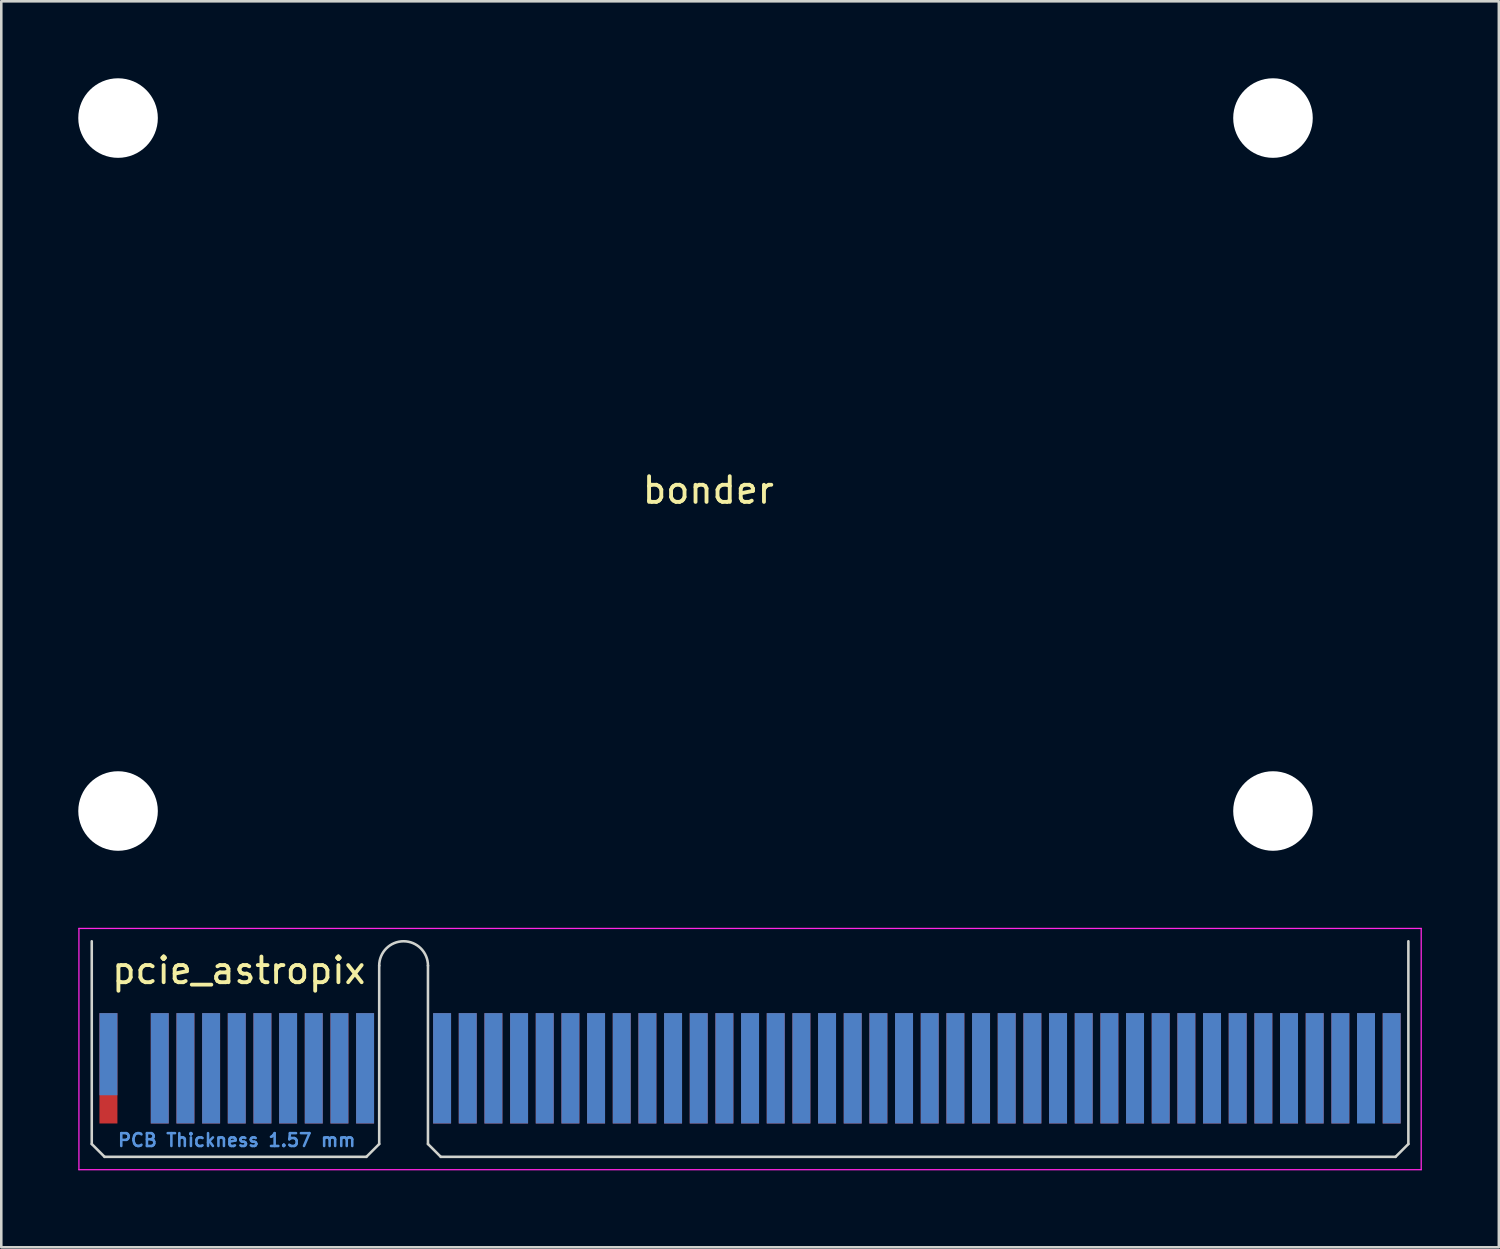
<source format=kicad_pcb>
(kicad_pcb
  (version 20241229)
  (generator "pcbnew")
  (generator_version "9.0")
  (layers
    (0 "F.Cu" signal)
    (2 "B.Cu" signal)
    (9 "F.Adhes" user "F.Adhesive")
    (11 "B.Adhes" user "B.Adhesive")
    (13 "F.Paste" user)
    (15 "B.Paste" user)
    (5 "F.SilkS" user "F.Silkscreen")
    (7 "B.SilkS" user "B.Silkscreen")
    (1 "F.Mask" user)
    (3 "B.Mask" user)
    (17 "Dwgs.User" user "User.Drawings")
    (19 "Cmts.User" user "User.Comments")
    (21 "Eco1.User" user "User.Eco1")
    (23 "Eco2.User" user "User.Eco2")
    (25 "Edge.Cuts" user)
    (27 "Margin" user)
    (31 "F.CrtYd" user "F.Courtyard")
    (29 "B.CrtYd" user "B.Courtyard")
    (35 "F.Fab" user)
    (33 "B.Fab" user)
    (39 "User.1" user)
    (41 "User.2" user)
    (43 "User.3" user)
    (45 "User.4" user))
  (footprint "bonder"
    (layer "F.Cu")
    (at 24.55 15.55)
    (property "Reference" "bonder" (at 0 0.5 0) (layer "F.SilkS") (effects (font (size 1 1) (thickness 0.15))))
    (attr through_hole)
    (pad "" np_thru_hole circle (at -23 -14) (size 3.1 3.1) (drill 3.1) (layers "*.Cu" "*.Mask"))
    (pad "" np_thru_hole circle (at -23 13) (size 3.1 3.1) (drill 3.1) (layers "*.Cu" "*.Mask"))
    (pad "" np_thru_hole circle (at 22 -14) (size 3.1 3.1) (drill 3.1) (layers "*.Cu" "*.Mask"))
    (pad "" np_thru_hole circle (at 22 13) (size 3.1 3.1) (drill 3.1) (layers "*.Cu" "*.Mask")))
  (footprint "pcie_astropix"
    (layer "F.Cu")
    (at 24.035 33.495)
    (property "Reference" "pcie_astropix" (at -17.78 1.27 0) (layer "F.SilkS") (effects (font (size 1 1) (thickness 0.15))))
    (attr through_hole)
    (fp_line (start -23.51 0.13) (end -23.51 8.03) (stroke (width 0.1) (type solid)) (layer "Edge.Cuts"))
    (fp_line (start -23.51 8.03) (end -23.01 8.53) (stroke (width 0.1) (type solid)) (layer "Edge.Cuts"))
    (fp_line (start -23.01 8.53) (end -12.81 8.53) (stroke (width 0.1) (type solid)) (layer "Edge.Cuts"))
    (fp_line (start -12.31 1.08) (end -12.31 8.03) (stroke (width 0.1) (type solid)) (layer "Edge.Cuts"))
    (fp_line (start -12.31 8.03) (end -12.81 8.53) (stroke (width 0.1) (type solid)) (layer "Edge.Cuts"))
    (fp_line (start -10.41 1.08) (end -10.41 8.03) (stroke (width 0.1) (type solid)) (layer "Edge.Cuts"))
    (fp_line (start -10.41 8.03) (end -9.91 8.53) (stroke (width 0.1) (type solid)) (layer "Edge.Cuts"))
    (fp_line (start -9.91 8.53) (end 27.29 8.53) (stroke (width 0.1) (type solid)) (layer "Edge.Cuts"))
    (fp_line (start 27.79 0.13) (end 27.79 8.03) (stroke (width 0.1) (type solid)) (layer "Edge.Cuts"))
    (fp_line (start 27.79 8.03) (end 27.29 8.53) (stroke (width 0.1) (type solid)) (layer "Edge.Cuts"))
    (fp_arc (start -12.31 1.08) (mid -11.36 0.13) (end -10.41 1.08) (stroke (width 0.1) (type solid)) (layer "Edge.Cuts"))
    (fp_line (start -24.01 -0.37) (end -24.01 9.03) (stroke (width 0.05) (type solid)) (layer "F.CrtYd"))
    (fp_line (start -24.01 -0.37) (end 28.29 -0.37) (stroke (width 0.05) (type solid)) (layer "F.CrtYd"))
    (fp_line (start 28.29 9.03) (end -24.01 9.03) (stroke (width 0.05) (type solid)) (layer "F.CrtYd"))
    (fp_line (start 28.29 9.03) (end 28.29 -0.37) (stroke (width 0.05) (type solid)) (layer "F.CrtYd"))
    (fp_text user "PCB Thickness 1.57 mm" (at -17.86 7.88 180) (layer "Cmts.User") (effects (font (size 0.5 0.5) (thickness 0.1))))
    (pad "A1" connect rect (at -22.86 4.53) (size 0.7 3.2) (layers "B.Cu" "B.Mask"))
    (pad "A3" connect rect (at -20.86 5.08) (size 0.7 4.3) (layers "B.Cu" "B.Mask"))
    (pad "A4" connect rect (at -19.86 5.08) (size 0.7 4.3) (layers "B.Cu" "B.Mask"))
    (pad "A5" connect rect (at -18.86 5.08) (size 0.7 4.3) (layers "B.Cu" "B.Mask"))
    (pad "A6" connect rect (at -17.86 5.08) (size 0.7 4.3) (layers "B.Cu" "B.Mask"))
    (pad "A7" connect rect (at -16.86 5.08) (size 0.7 4.3) (layers "B.Cu" "B.Mask"))
    (pad "A8" connect rect (at -15.86 5.08) (size 0.7 4.3) (layers "B.Cu" "B.Mask"))
    (pad "A9" connect rect (at -14.86 5.08) (size 0.7 4.3) (layers "B.Cu" "B.Mask"))
    (pad "A10" connect rect (at -13.86 5.08) (size 0.7 4.3) (layers "B.Cu" "B.Mask"))
    (pad "A11" connect rect (at -12.86 5.08) (size 0.7 4.3) (layers "B.Cu" "B.Mask"))
    (pad "A12" connect rect (at -9.86 5.08) (size 0.7 4.3) (layers "B.Cu" "B.Mask"))
    (pad "A13" connect rect (at -8.86 5.08) (size 0.7 4.3) (layers "B.Cu" "B.Mask"))
    (pad "A14" connect rect (at -7.86 5.08) (size 0.7 4.3) (layers "B.Cu" "B.Mask"))
    (pad "A15" connect rect (at -6.86 5.08) (size 0.7 4.3) (layers "B.Cu" "B.Mask"))
    (pad "A16" connect rect (at -5.86 5.08) (size 0.7 4.3) (layers "B.Cu" "B.Mask"))
    (pad "A17" connect rect (at -4.86 5.08) (size 0.7 4.3) (layers "B.Cu" "B.Mask"))
    (pad "A18" connect rect (at -3.86 5.08) (size 0.7 4.3) (layers "B.Cu" "B.Mask"))
    (pad "A19" connect rect (at -2.86 5.08) (size 0.7 4.3) (layers "B.Cu" "B.Mask"))
    (pad "A20" connect rect (at -1.86 5.08) (size 0.7 4.3) (layers "B.Cu" "B.Mask"))
    (pad "A21" connect rect (at -0.86 5.08) (size 0.7 4.3) (layers "B.Cu" "B.Mask"))
    (pad "A22" connect rect (at 0.14 5.08) (size 0.7 4.3) (layers "B.Cu" "B.Mask"))
    (pad "A23" connect rect (at 1.14 5.08) (size 0.7 4.3) (layers "B.Cu" "B.Mask"))
    (pad "A24" connect rect (at 2.14 5.08) (size 0.7 4.3) (layers "B.Cu" "B.Mask"))
    (pad "A25" connect rect (at 3.14 5.08) (size 0.7 4.3) (layers "B.Cu" "B.Mask"))
    (pad "A26" connect rect (at 4.14 5.08) (size 0.7 4.3) (layers "B.Cu" "B.Mask"))
    (pad "A27" connect rect (at 5.14 5.08) (size 0.7 4.3) (layers "B.Cu" "B.Mask"))
    (pad "A28" connect rect (at 6.14 5.08) (size 0.7 4.3) (layers "B.Cu" "B.Mask"))
    (pad "A29" connect rect (at 7.14 5.08) (size 0.7 4.3) (layers "B.Cu" "B.Mask"))
    (pad "A30" connect rect (at 8.14 5.08) (size 0.7 4.3) (layers "B.Cu" "B.Mask"))
    (pad "A31" connect rect (at 9.14 5.08) (size 0.7 4.3) (layers "B.Cu" "B.Mask"))
    (pad "A32" connect rect (at 10.14 5.08) (size 0.7 4.3) (layers "B.Cu" "B.Mask"))
    (pad "A33" connect rect (at 11.14 5.08) (size 0.7 4.3) (layers "B.Cu" "B.Mask"))
    (pad "A34" connect rect (at 12.14 5.08) (size 0.7 4.3) (layers "B.Cu" "B.Mask"))
    (pad "A35" connect rect (at 13.14 5.08) (size 0.7 4.3) (layers "B.Cu" "B.Mask"))
    (pad "A36" connect rect (at 14.14 5.08) (size 0.7 4.3) (layers "B.Cu" "B.Mask"))
    (pad "A37" connect rect (at 15.14 5.08) (size 0.7 4.3) (layers "B.Cu" "B.Mask"))
    (pad "A38" connect rect (at 16.14 5.08) (size 0.7 4.3) (layers "B.Cu" "B.Mask"))
    (pad "A39" connect rect (at 17.14 5.08) (size 0.7 4.3) (layers "B.Cu" "B.Mask"))
    (pad "A40" connect rect (at 18.14 5.08) (size 0.7 4.3) (layers "B.Cu" "B.Mask"))
    (pad "A41" connect rect (at 19.14 5.08) (size 0.7 4.3) (layers "B.Cu" "B.Mask"))
    (pad "A42" connect rect (at 20.14 5.08) (size 0.7 4.3) (layers "B.Cu" "B.Mask"))
    (pad "A43" connect rect (at 21.14 5.08) (size 0.7 4.3) (layers "B.Cu" "B.Mask"))
    (pad "A44" connect rect (at 22.14 5.08) (size 0.7 4.3) (layers "B.Cu" "B.Mask"))
    (pad "A45" connect rect (at 23.14 5.08) (size 0.7 4.3) (layers "B.Cu" "B.Mask"))
    (pad "A46" connect rect (at 24.14 5.08) (size 0.7 4.3) (layers "B.Cu" "B.Mask"))
    (pad "A47" connect rect (at 25.14 5.08) (size 0.7 4.3) (layers "B.Cu" "B.Mask"))
    (pad "A48" connect rect (at 26.14 5.08) (size 0.7 4.3) (layers "B.Cu" "B.Mask"))
    (pad "A49" connect rect (at 27.14 5.08) (size 0.7 4.3) (layers "B.Cu" "B.Mask"))
    (pad "B1" connect rect (at -22.86 5.08) (size 0.7 4.3) (layers "F.Cu" "F.Mask"))
    (pad "B3" connect rect (at -20.86 5.08) (size 0.7 4.3) (layers "F.Cu" "F.Mask"))
    (pad "B4" connect rect (at -19.86 5.08) (size 0.7 4.3) (layers "F.Cu" "F.Mask"))
    (pad "B5" connect rect (at -18.86 5.08) (size 0.7 4.3) (layers "F.Cu" "F.Mask"))
    (pad "B6" connect rect (at -17.86 5.08) (size 0.7 4.3) (layers "F.Cu" "F.Mask"))
    (pad "B7" connect rect (at -16.86 5.08) (size 0.7 4.3) (layers "F.Cu" "F.Mask"))
    (pad "B8" connect rect (at -15.86 5.08) (size 0.7 4.3) (layers "F.Cu" "F.Mask"))
    (pad "B9" connect rect (at -14.86 5.08) (size 0.7 4.3) (layers "F.Cu" "F.Mask"))
    (pad "B10" connect rect (at -13.86 5.08) (size 0.7 4.3) (layers "F.Cu" "F.Mask"))
    (pad "B11" connect rect (at -12.86 5.08) (size 0.7 4.3) (layers "F.Cu" "F.Mask"))
    (pad "B12" connect rect (at -9.86 5.08) (size 0.7 4.3) (layers "F.Cu" "F.Mask"))
    (pad "B13" connect rect (at -8.86 5.08) (size 0.7 4.3) (layers "F.Cu" "F.Mask"))
    (pad "B14" connect rect (at -7.86 5.08) (size 0.7 4.3) (layers "F.Cu" "F.Mask"))
    (pad "B15" connect rect (at -6.86 5.08) (size 0.7 4.3) (layers "F.Cu" "F.Mask"))
    (pad "B16" connect rect (at -5.86 5.08) (size 0.7 4.3) (layers "F.Cu" "F.Mask"))
    (pad "B17" connect rect (at -4.86 5.08) (size 0.7 4.3) (layers "F.Cu" "F.Mask"))
    (pad "B18" connect rect (at -3.86 5.08) (size 0.7 4.3) (layers "F.Cu" "F.Mask"))
    (pad "B19" connect rect (at -2.86 5.08) (size 0.7 4.3) (layers "F.Cu" "F.Mask"))
    (pad "B20" connect rect (at -1.86 5.08) (size 0.7 4.3) (layers "F.Cu" "F.Mask"))
    (pad "B21" connect rect (at -0.86 5.08) (size 0.7 4.3) (layers "F.Cu" "F.Mask"))
    (pad "B22" connect rect (at 0.14 5.08) (size 0.7 4.3) (layers "F.Cu" "F.Mask"))
    (pad "B23" connect rect (at 1.14 5.08) (size 0.7 4.3) (layers "F.Cu" "F.Mask"))
    (pad "B24" connect rect (at 2.14 5.08) (size 0.7 4.3) (layers "F.Cu" "F.Mask"))
    (pad "B25" connect rect (at 3.14 5.08) (size 0.7 4.3) (layers "F.Cu" "F.Mask"))
    (pad "B26" connect rect (at 4.14 5.08) (size 0.7 4.3) (layers "F.Cu" "F.Mask"))
    (pad "B27" connect rect (at 5.14 5.08) (size 0.7 4.3) (layers "F.Cu" "F.Mask"))
    (pad "B28" connect rect (at 6.14 5.08) (size 0.7 4.3) (layers "F.Cu" "F.Mask"))
    (pad "B29" connect rect (at 7.14 5.08) (size 0.7 4.3) (layers "F.Cu" "F.Mask"))
    (pad "B30" connect rect (at 8.14 5.08) (size 0.7 4.3) (layers "F.Cu" "F.Mask"))
    (pad "B31" connect rect (at 9.14 5.08) (size 0.7 4.3) (layers "F.Cu" "F.Mask"))
    (pad "B32" connect rect (at 10.14 5.08) (size 0.7 4.3) (layers "F.Cu" "F.Mask"))
    (pad "B33" connect rect (at 11.14 5.08) (size 0.7 4.3) (layers "F.Cu" "F.Mask"))
    (pad "B34" connect rect (at 12.14 5.08) (size 0.7 4.3) (layers "F.Cu" "F.Mask"))
    (pad "B35" connect rect (at 13.14 5.08) (size 0.7 4.3) (layers "F.Cu" "F.Mask"))
    (pad "B36" connect rect (at 14.14 5.08) (size 0.7 4.3) (layers "F.Cu" "F.Mask"))
    (pad "B37" connect rect (at 15.14 5.08) (size 0.7 4.3) (layers "F.Cu" "F.Mask"))
    (pad "B38" connect rect (at 16.14 5.08) (size 0.7 4.3) (layers "F.Cu" "F.Mask"))
    (pad "B39" connect rect (at 17.14 5.08) (size 0.7 4.3) (layers "F.Cu" "F.Mask"))
    (pad "B40" connect rect (at 18.14 5.08) (size 0.7 4.3) (layers "F.Cu" "F.Mask"))
    (pad "B41" connect rect (at 19.14 5.08) (size 0.7 4.3) (layers "F.Cu" "F.Mask"))
    (pad "B42" connect rect (at 20.14 5.08) (size 0.7 4.3) (layers "F.Cu" "F.Mask"))
    (pad "B43" connect rect (at 21.14 5.08) (size 0.7 4.3) (layers "F.Cu" "F.Mask"))
    (pad "B44" connect rect (at 22.14 5.08) (size 0.7 4.3) (layers "F.Cu" "F.Mask"))
    (pad "B45" connect rect (at 23.14 5.08) (size 0.7 4.3) (layers "F.Cu" "F.Mask"))
    (pad "B46" connect rect (at 24.14 5.08) (size 0.7 4.3) (layers "F.Cu" "F.Mask"))
    (pad "B47" connect rect (at 25.14 5.08) (size 0.7 4.3) (layers "F.Cu" "F.Mask"))
    (pad "B48" connect rect (at 26.14 4.53) (size 0.7 3.2) (layers "F.Cu" "F.Mask"))
    (pad "B49" connect rect (at 27.14 5.08) (size 0.7 4.3) (layers "F.Cu" "F.Mask")))
  (gr_rect
    (start -3 -3)
    (end 55.35 45.55)
    (stroke (width 0.1) (type default))
    (fill no)
    (layer "Edge.Cuts")))
</source>
